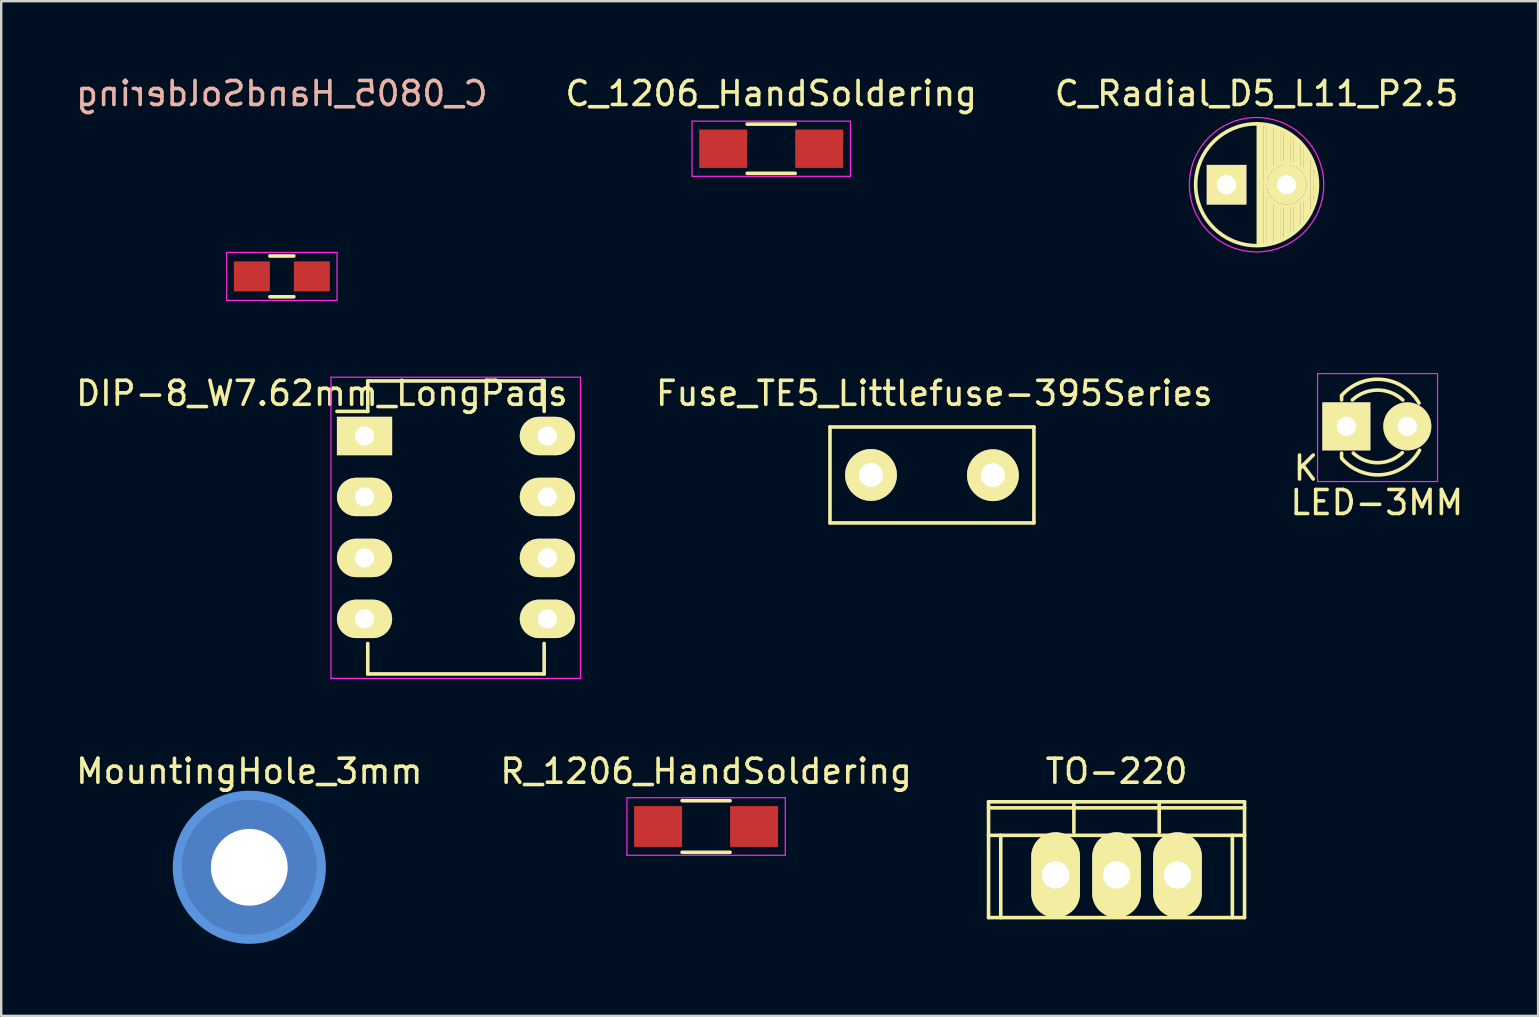
<source format=kicad_pcb>
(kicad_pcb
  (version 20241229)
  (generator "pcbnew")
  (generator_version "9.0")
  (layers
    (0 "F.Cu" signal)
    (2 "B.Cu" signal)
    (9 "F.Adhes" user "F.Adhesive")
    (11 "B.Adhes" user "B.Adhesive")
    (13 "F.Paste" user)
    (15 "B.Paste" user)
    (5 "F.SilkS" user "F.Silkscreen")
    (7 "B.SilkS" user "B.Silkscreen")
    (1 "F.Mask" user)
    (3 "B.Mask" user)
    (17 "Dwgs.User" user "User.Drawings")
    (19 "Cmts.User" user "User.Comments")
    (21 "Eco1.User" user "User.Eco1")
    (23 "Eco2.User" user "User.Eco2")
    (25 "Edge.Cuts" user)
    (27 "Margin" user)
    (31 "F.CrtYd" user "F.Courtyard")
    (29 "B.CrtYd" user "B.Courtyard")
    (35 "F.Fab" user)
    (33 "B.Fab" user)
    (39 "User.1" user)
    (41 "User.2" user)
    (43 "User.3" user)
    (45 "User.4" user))
  (footprint "C_1206_HandSoldering"
    (layer "F.Cu")
    (at 29.089 3.148)
    (property "Reference" "C_1206_HandSoldering" (at 0 -2.3 0) (layer "F.SilkS") (effects (font (size 1 1) (thickness 0.15))))
    (attr smd)
    (fp_line (start -1 1.025) (end 1 1.025) (stroke (width 0.15) (type solid)) (layer "F.SilkS"))
    (fp_line (start 1 -1.025) (end -1 -1.025) (stroke (width 0.15) (type solid)) (layer "F.SilkS"))
    (fp_line (start -3.3 -1.15) (end -3.3 1.15) (stroke (width 0.05) (type solid)) (layer "F.CrtYd"))
    (fp_line (start -3.3 -1.15) (end 3.3 -1.15) (stroke (width 0.05) (type solid)) (layer "F.CrtYd"))
    (fp_line (start -3.3 1.15) (end 3.3 1.15) (stroke (width 0.05) (type solid)) (layer "F.CrtYd"))
    (fp_line (start 3.3 -1.15) (end 3.3 1.15) (stroke (width 0.05) (type solid)) (layer "F.CrtYd"))
    (pad "1" smd rect (at -2 0) (size 2 1.6) (layers "F.Cu" "F.Mask" "F.Paste"))
    (pad "2" smd rect (at 2 0) (size 2 1.6) (layers "F.Cu" "F.Mask" "F.Paste")))
  (footprint "R_1206_HandSoldering"
    (layer "F.Cu")
    (at 26.375 31.393)
    (property "Reference" "R_1206_HandSoldering" (at 0 -2.3 0) (layer "F.SilkS") (effects (font (size 1 1) (thickness 0.15))))
    (attr smd)
    (fp_line (start -1 -1.075) (end 1 -1.075) (stroke (width 0.15) (type solid)) (layer "F.SilkS"))
    (fp_line (start 1 1.075) (end -1 1.075) (stroke (width 0.15) (type solid)) (layer "F.SilkS"))
    (fp_line (start -3.3 -1.2) (end -3.3 1.2) (stroke (width 0.05) (type solid)) (layer "F.CrtYd"))
    (fp_line (start -3.3 -1.2) (end 3.3 -1.2) (stroke (width 0.05) (type solid)) (layer "F.CrtYd"))
    (fp_line (start -3.3 1.2) (end 3.3 1.2) (stroke (width 0.05) (type solid)) (layer "F.CrtYd"))
    (fp_line (start 3.3 -1.2) (end 3.3 1.2) (stroke (width 0.05) (type solid)) (layer "F.CrtYd"))
    (pad "1" smd rect (at -2 0) (size 2 1.7) (layers "F.Cu" "F.Mask" "F.Paste"))
    (pad "2" smd rect (at 2 0) (size 2 1.7) (layers "F.Cu" "F.Mask" "F.Paste")))
  (footprint "C_0805_HandSoldering"
    (layer "F.Cu")
    (at 8.696 8.468)
    (property "Reference" "C_0805_HandSoldering" (at 0 -7.62 180) (layer "B.SilkS") (effects (font (size 1 1) (thickness 0.15)) (justify mirror)))
    (attr smd)
    (fp_line (start -0.5 0.85) (end 0.5 0.85) (stroke (width 0.15) (type solid)) (layer "F.SilkS"))
    (fp_line (start 0.5 -0.85) (end -0.5 -0.85) (stroke (width 0.15) (type solid)) (layer "F.SilkS"))
    (fp_line (start -2.3 -1) (end -2.3 1) (stroke (width 0.05) (type solid)) (layer "F.CrtYd"))
    (fp_line (start -2.3 -1) (end 2.3 -1) (stroke (width 0.05) (type solid)) (layer "F.CrtYd"))
    (fp_line (start -2.3 1) (end 2.3 1) (stroke (width 0.05) (type solid)) (layer "F.CrtYd"))
    (fp_line (start 2.3 -1) (end 2.3 1) (stroke (width 0.05) (type solid)) (layer "F.CrtYd"))
    (pad "1" smd rect (at -1.25 0) (size 1.5 1.25) (layers "F.Cu" "F.Mask" "F.Paste"))
    (pad "2" smd rect (at 1.25 0) (size 1.5 1.25) (layers "F.Cu" "F.Mask" "F.Paste")))
  (footprint "LED-3MM"
    (layer "F.Cu")
    (at 53.057 14.718)
    (property "Reference" "LED-3MM" (at 1.27 3.175 0) (layer "F.SilkS") (effects (font (size 1 1) (thickness 0.15))))
    (attr through_hole)
    (fp_line (start -0.199 -1.28) (end -0.199 -1.1) (stroke (width 0.15) (type solid)) (layer "F.SilkS"))
    (fp_line (start -0.199 1.314) (end -0.199 1.114) (stroke (width 0.15) (type solid)) (layer "F.SilkS"))
    (fp_arc (start -0.199 -1.286) (mid 1.495903 -1.954571) (end 3.028744 -0.969643) (stroke (width 0.15) (type solid)) (layer "F.SilkS"))
    (fp_arc (start 0.25 -1.1) (mid 1.301686 -1.512142) (end 2.353005 -1.099067) (stroke (width 0.15) (type solid)) (layer "F.SilkS"))
    (fp_arc (start 2.335 1.094) (mid 1.31492 1.51473) (end 0.287111 1.113252) (stroke (width 0.15) (type solid)) (layer "F.SilkS"))
    (fp_arc (start 3.051 0.994) (mid 1.522637 2.009958) (end -0.18622 1.340726) (stroke (width 0.15) (type solid)) (layer "F.SilkS"))
    (fp_line (start -1.2 -2.2) (end -1.2 2.3) (stroke (width 0.05) (type solid)) (layer "F.CrtYd"))
    (fp_line (start -1.2 2.3) (end 3.8 2.3) (stroke (width 0.05) (type solid)) (layer "F.CrtYd"))
    (fp_line (start 3.8 -2.2) (end -1.2 -2.2) (stroke (width 0.05) (type solid)) (layer "F.CrtYd"))
    (fp_line (start 3.8 2.3) (end 3.8 -2.2) (stroke (width 0.05) (type solid)) (layer "F.CrtYd"))
    (fp_text user "K" (at -1.69 1.74 0) (layer "F.SilkS") (effects (font (size 1 1) (thickness 0.15))))
    (pad "1" thru_hole rect (at 0 0 90) (size 2 2) (drill 0.8) (layers "*.Cu" "*.Mask" "F.SilkS"))
    (pad "2" thru_hole circle (at 2.54 0) (size 2 2) (drill 0.8) (layers "*.Cu" "*.Mask" "F.SilkS")))
  (footprint "C_Radial_D5_L11_P2.5"
    (layer "F.Cu")
    (at 48.065 4.648)
    (property "Reference" "C_Radial_D5_L11_P2.5" (at 1.25 -3.8 0) (layer "F.SilkS") (effects (font (size 1 1) (thickness 0.15))))
    (attr through_hole)
    (fp_line (start 1.325 -2.499) (end 1.325 2.499) (stroke (width 0.15) (type solid)) (layer "F.SilkS"))
    (fp_line (start 1.465 -2.491) (end 1.465 2.491) (stroke (width 0.15) (type solid)) (layer "F.SilkS"))
    (fp_line (start 1.605 -2.475) (end 1.605 -0.095) (stroke (width 0.15) (type solid)) (layer "F.SilkS"))
    (fp_line (start 1.605 0.095) (end 1.605 2.475) (stroke (width 0.15) (type solid)) (layer "F.SilkS"))
    (fp_line (start 1.745 -2.451) (end 1.745 -0.49) (stroke (width 0.15) (type solid)) (layer "F.SilkS"))
    (fp_line (start 1.745 0.49) (end 1.745 2.451) (stroke (width 0.15) (type solid)) (layer "F.SilkS"))
    (fp_line (start 1.885 -2.418) (end 1.885 -0.657) (stroke (width 0.15) (type solid)) (layer "F.SilkS"))
    (fp_line (start 1.885 0.657) (end 1.885 2.418) (stroke (width 0.15) (type solid)) (layer "F.SilkS"))
    (fp_line (start 2.025 -2.377) (end 2.025 -0.764) (stroke (width 0.15) (type solid)) (layer "F.SilkS"))
    (fp_line (start 2.025 0.764) (end 2.025 2.377) (stroke (width 0.15) (type solid)) (layer "F.SilkS"))
    (fp_line (start 2.165 -2.327) (end 2.165 -0.835) (stroke (width 0.15) (type solid)) (layer "F.SilkS"))
    (fp_line (start 2.165 0.835) (end 2.165 2.327) (stroke (width 0.15) (type solid)) (layer "F.SilkS"))
    (fp_line (start 2.305 -2.266) (end 2.305 -0.879) (stroke (width 0.15) (type solid)) (layer "F.SilkS"))
    (fp_line (start 2.305 0.879) (end 2.305 2.266) (stroke (width 0.15) (type solid)) (layer "F.SilkS"))
    (fp_line (start 2.445 -2.196) (end 2.445 -0.898) (stroke (width 0.15) (type solid)) (layer "F.SilkS"))
    (fp_line (start 2.445 0.898) (end 2.445 2.196) (stroke (width 0.15) (type solid)) (layer "F.SilkS"))
    (fp_line (start 2.585 -2.114) (end 2.585 -0.896) (stroke (width 0.15) (type solid)) (layer "F.SilkS"))
    (fp_line (start 2.585 0.896) (end 2.585 2.114) (stroke (width 0.15) (type solid)) (layer "F.SilkS"))
    (fp_line (start 2.725 -2.019) (end 2.725 -0.871) (stroke (width 0.15) (type solid)) (layer "F.SilkS"))
    (fp_line (start 2.725 0.871) (end 2.725 2.019) (stroke (width 0.15) (type solid)) (layer "F.SilkS"))
    (fp_line (start 2.865 -1.908) (end 2.865 -0.823) (stroke (width 0.15) (type solid)) (layer "F.SilkS"))
    (fp_line (start 2.865 0.823) (end 2.865 1.908) (stroke (width 0.15) (type solid)) (layer "F.SilkS"))
    (fp_line (start 3.005 -1.78) (end 3.005 -0.745) (stroke (width 0.15) (type solid)) (layer "F.SilkS"))
    (fp_line (start 3.005 0.745) (end 3.005 1.78) (stroke (width 0.15) (type solid)) (layer "F.SilkS"))
    (fp_line (start 3.145 -1.631) (end 3.145 -0.628) (stroke (width 0.15) (type solid)) (layer "F.SilkS"))
    (fp_line (start 3.145 0.628) (end 3.145 1.631) (stroke (width 0.15) (type solid)) (layer "F.SilkS"))
    (fp_line (start 3.285 -1.452) (end 3.285 -0.44) (stroke (width 0.15) (type solid)) (layer "F.SilkS"))
    (fp_line (start 3.285 0.44) (end 3.285 1.452) (stroke (width 0.15) (type solid)) (layer "F.SilkS"))
    (fp_line (start 3.425 -1.233) (end 3.425 1.233) (stroke (width 0.15) (type solid)) (layer "F.SilkS"))
    (fp_line (start 3.565 -0.944) (end 3.565 0.944) (stroke (width 0.15) (type solid)) (layer "F.SilkS"))
    (fp_line (start 3.705 -0.472) (end 3.705 0.472) (stroke (width 0.15) (type solid)) (layer "F.SilkS"))
    (fp_circle (center 1.25 0) (end 1.25 -2.538) (stroke (width 0.15) (type solid)) (fill no) (layer "F.SilkS"))
    (fp_circle (center 2.5 0) (end 2.5 -0.9) (stroke (width 0.15) (type solid)) (fill no) (layer "F.SilkS"))
    (fp_circle (center 1.25 0) (end 1.25 -2.8) (stroke (width 0.05) (type solid)) (fill no) (layer "F.CrtYd"))
    (pad "1" thru_hole rect (at 0 0) (size 1.651 1.651) (drill 0.8) (layers "*.Cu" "*.Mask" "F.SilkS"))
    (pad "2" thru_hole circle (at 2.5 0) (size 1.651 1.651) (drill 0.8) (layers "*.Cu" "*.Mask" "F.SilkS")))
  (footprint "MountingHole_3mm"
    (layer "F.Cu")
    (at 7.339 33.093)
    (property "Reference" "MountingHole_3mm" (at 0 -4 0) (layer "F.SilkS") (effects (font (size 1 1) (thickness 0.15))))
    (attr through_hole)
    (fp_circle (center 0 0) (end 3 0) (stroke (width 0.381) (type solid)) (fill no) (layer "Cmts.User"))
    (pad "1" thru_hole circle (at 0 0) (size 6 6) (drill 3.2) (layers "B.Cu")))
  (footprint "Fuse_TE5_Littlefuse-395Series"
    (layer "F.Cu")
    (at 35.787 16.743)
    (property "Reference" "Fuse_TE5_Littlefuse-395Series" (at 0.099 -3.401 0) (layer "F.SilkS") (effects (font (size 1 1) (thickness 0.15))))
    (attr through_hole)
    (fp_line (start -4.249 -1.999) (end -4.249 1.999) (stroke (width 0.15) (type solid)) (layer "F.SilkS"))
    (fp_line (start -4.249 1.999) (end 4.249 1.999) (stroke (width 0.15) (type solid)) (layer "F.SilkS"))
    (fp_line (start 4.249 -1.999) (end -4.249 -1.999) (stroke (width 0.15) (type solid)) (layer "F.SilkS"))
    (fp_line (start 4.249 1.999) (end 4.249 -1.999) (stroke (width 0.15) (type solid)) (layer "F.SilkS"))
    (pad "1" thru_hole circle (at -2.54 0) (size 2.159 2.159) (drill 1) (layers "*.Cu" "*.Mask" "F.SilkS"))
    (pad "2" thru_hole circle (at 2.54 0.01) (size 2.159 2.159) (drill 1) (layers "*.Cu" "*.Mask" "F.SilkS")))
  (footprint "TO-220"
    (layer "F.Cu")
    (at 43.48 33.411)
    (property "Reference" "TO-220" (at 0 -4.318 0) (layer "F.SilkS") (effects (font (size 1 1) (thickness 0.15))))
    (attr through_hole)
    (fp_line (start -5.334 -3.048) (end -5.334 1.778) (stroke (width 0.15) (type solid)) (layer "F.SilkS"))
    (fp_line (start -5.334 -1.651) (end 5.334 -1.651) (stroke (width 0.15) (type solid)) (layer "F.SilkS"))
    (fp_line (start -4.826 -1.651) (end -4.826 1.778) (stroke (width 0.15) (type solid)) (layer "F.SilkS"))
    (fp_line (start -1.778 -1.778) (end -1.778 -3.048) (stroke (width 0.15) (type solid)) (layer "F.SilkS"))
    (fp_line (start 1.778 -1.778) (end 1.778 -3.048) (stroke (width 0.15) (type solid)) (layer "F.SilkS"))
    (fp_line (start 4.826 -1.651) (end 4.826 1.778) (stroke (width 0.15) (type solid)) (layer "F.SilkS"))
    (fp_line (start 5.334 -3.048) (end -5.334 -3.048) (stroke (width 0.15) (type solid)) (layer "F.SilkS"))
    (fp_line (start 5.334 -3.048) (end 5.334 1.778) (stroke (width 0.15) (type solid)) (layer "F.SilkS"))
    (fp_line (start 5.334 -2.794) (end -5.334 -2.794) (stroke (width 0.15) (type solid)) (layer "F.SilkS"))
    (fp_line (start 5.334 1.778) (end -5.334 1.778) (stroke (width 0.15) (type solid)) (layer "F.SilkS"))
    (pad "1" thru_hole oval (at -2.54 0) (size 2.032 3.556) (drill 1.143) (layers "*.Cu" "*.Mask" "F.SilkS"))
    (pad "2" thru_hole oval (at 0 0) (size 2.032 3.556) (drill 1.143) (layers "*.Cu" "*.Mask" "F.SilkS"))
    (pad "3" thru_hole oval (at 2.54 0) (size 2.032 3.556) (drill 1.143) (layers "*.Cu" "*.Mask" "F.SilkS")))
  (footprint "DIP-8_W7.62mm_LongPads"
    (layer "F.Cu")
    (at 12.141 15.12)
    (property "Reference" "DIP-8_W7.62mm_LongPads" (at -1.778 -1.778 0) (layer "F.SilkS") (effects (font (size 1 1) (thickness 0.15))))
    (attr through_hole)
    (fp_line (start 0.135 -2.295) (end 0.135 -1.025) (stroke (width 0.15) (type solid)) (layer "F.SilkS"))
    (fp_line (start 0.135 -2.295) (end 7.485 -2.295) (stroke (width 0.15) (type solid)) (layer "F.SilkS"))
    (fp_line (start 0.135 -1.025) (end -1.15 -1.025) (stroke (width 0.15) (type solid)) (layer "F.SilkS"))
    (fp_line (start 0.135 9.915) (end 0.135 8.645) (stroke (width 0.15) (type solid)) (layer "F.SilkS"))
    (fp_line (start 0.135 9.915) (end 7.485 9.915) (stroke (width 0.15) (type solid)) (layer "F.SilkS"))
    (fp_line (start 7.485 -2.295) (end 7.485 -1.025) (stroke (width 0.15) (type solid)) (layer "F.SilkS"))
    (fp_line (start 7.485 9.915) (end 7.485 8.645) (stroke (width 0.15) (type solid)) (layer "F.SilkS"))
    (fp_line (start -1.4 -2.45) (end -1.4 10.1) (stroke (width 0.05) (type solid)) (layer "F.CrtYd"))
    (fp_line (start -1.4 -2.45) (end 9 -2.45) (stroke (width 0.05) (type solid)) (layer "F.CrtYd"))
    (fp_line (start -1.4 10.1) (end 9 10.1) (stroke (width 0.05) (type solid)) (layer "F.CrtYd"))
    (fp_line (start 9 -2.45) (end 9 10.1) (stroke (width 0.05) (type solid)) (layer "F.CrtYd"))
    (pad "1" thru_hole rect (at 0 0) (size 2.3 1.6) (drill 0.8) (layers "*.Cu" "*.Mask" "F.SilkS"))
    (pad "2" thru_hole oval (at 0 2.54) (size 2.3 1.6) (drill 0.8) (layers "*.Cu" "*.Mask" "F.SilkS"))
    (pad "3" thru_hole oval (at 0 5.08) (size 2.3 1.6) (drill 0.8) (layers "*.Cu" "*.Mask" "F.SilkS"))
    (pad "4" thru_hole oval (at 0 7.62) (size 2.3 1.6) (drill 0.8) (layers "*.Cu" "*.Mask" "F.SilkS"))
    (pad "5" thru_hole oval (at 7.62 7.62) (size 2.3 1.6) (drill 0.8) (layers "*.Cu" "*.Mask" "F.SilkS"))
    (pad "6" thru_hole oval (at 7.62 5.08) (size 2.3 1.6) (drill 0.8) (layers "*.Cu" "*.Mask" "F.SilkS"))
    (pad "7" thru_hole oval (at 7.62 2.54) (size 2.3 1.6) (drill 0.8) (layers "*.Cu" "*.Mask" "F.SilkS"))
    (pad "8" thru_hole oval (at 7.62 0) (size 2.3 1.6) (drill 0.8) (layers "*.Cu" "*.Mask" "F.SilkS")))
  (gr_rect
    (start -3 -3)
    (end 61.047 39.284)
    (stroke (width 0.1) (type default))
    (fill no)
    (layer "Edge.Cuts")))
</source>
